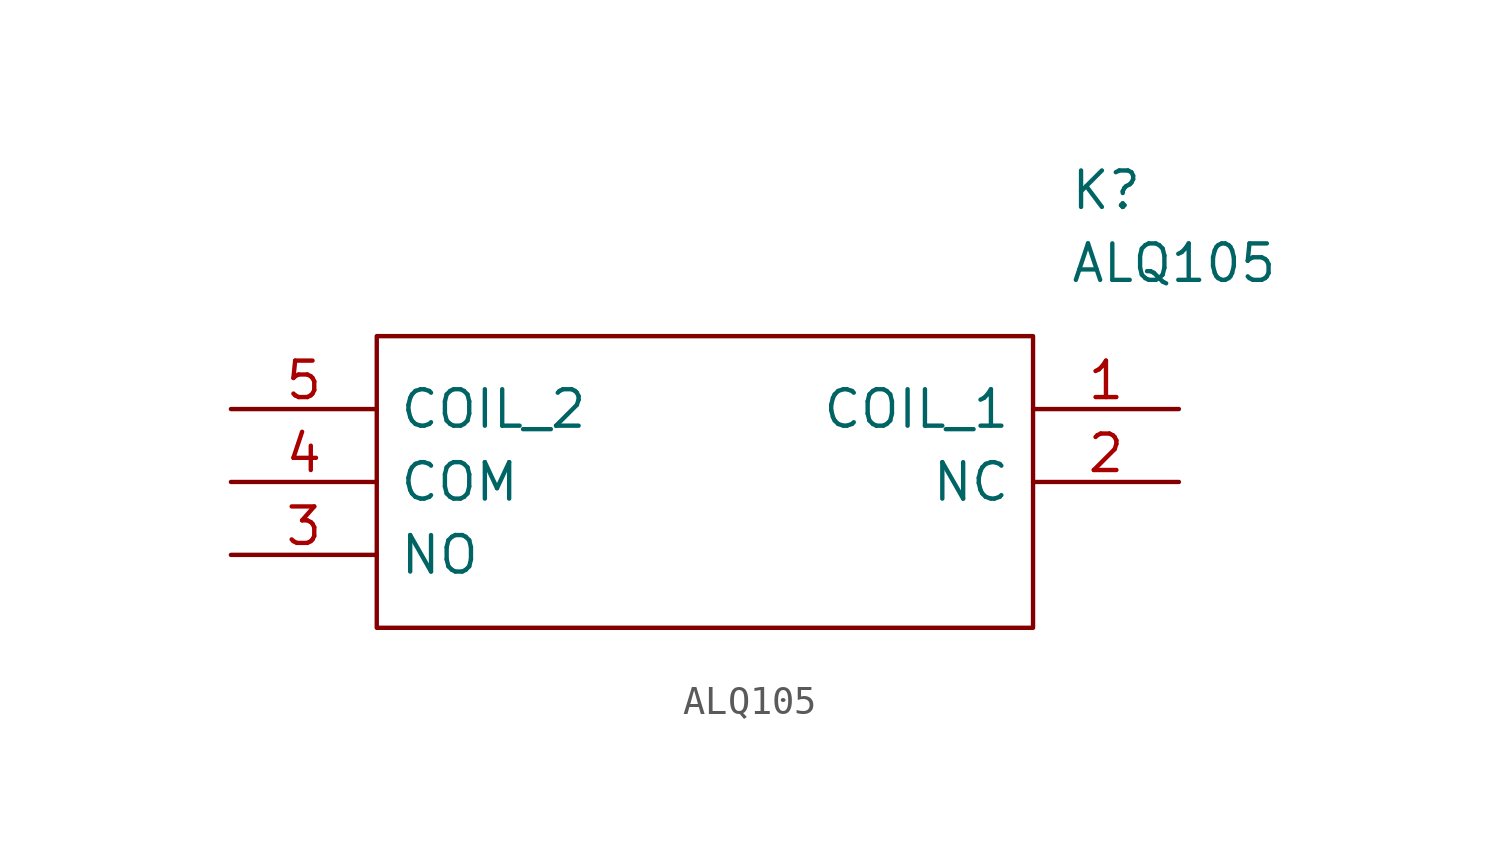
<source format=kicad_sym>
(kicad_symbol_lib
  (version 20211014)
  (generator kicad_symbol_editor)
  (symbol "ALQ105"
    (pin_names
      (offset 0.762))
    (property "Reference" "K"
      (at 29.21 7.62 0)
      (effects (font (size 1.27 1.27)) (justify left)))
    (property "Value" "ALQ105"
      (at 29.21 5.08 0)
      (effects (font (size 1.27 1.27)) (justify left)))
    (symbol "ALQ105_0_0"
      (pin passive line (at 33.02 0 180) (length 5.08) (name "COIL_1" (effects (font (size 1.27 1.27)))) (number "1" (effects (font (size 1.27 1.27)))))
      (pin passive line (at 33.02 -2.54 180) (length 5.08) (name "NC" (effects (font (size 1.27 1.27)))) (number "2" (effects (font (size 1.27 1.27)))))
      (pin passive line (at 0 -5.08 0) (length 5.08) (name "NO" (effects (font (size 1.27 1.27)))) (number "3" (effects (font (size 1.27 1.27)))))
      (pin passive line (at 0 -2.54 0) (length 5.08) (name "COM" (effects (font (size 1.27 1.27)))) (number "4" (effects (font (size 1.27 1.27)))))
      (pin passive line (at 0 0 0) (length 5.08) (name "COIL_2" (effects (font (size 1.27 1.27)))) (number "5" (effects (font (size 1.27 1.27))))))
    (symbol "ALQ105_0_1"
      (polyline (pts (xy 5.08 2.54) (xy 27.94 2.54) (xy 27.94 -7.62) (xy 5.08 -7.62) (xy 5.08 2.54)) (stroke (width 0.152) (type default) (color 0 0 0 0)) (fill (type none))))))
</source>
